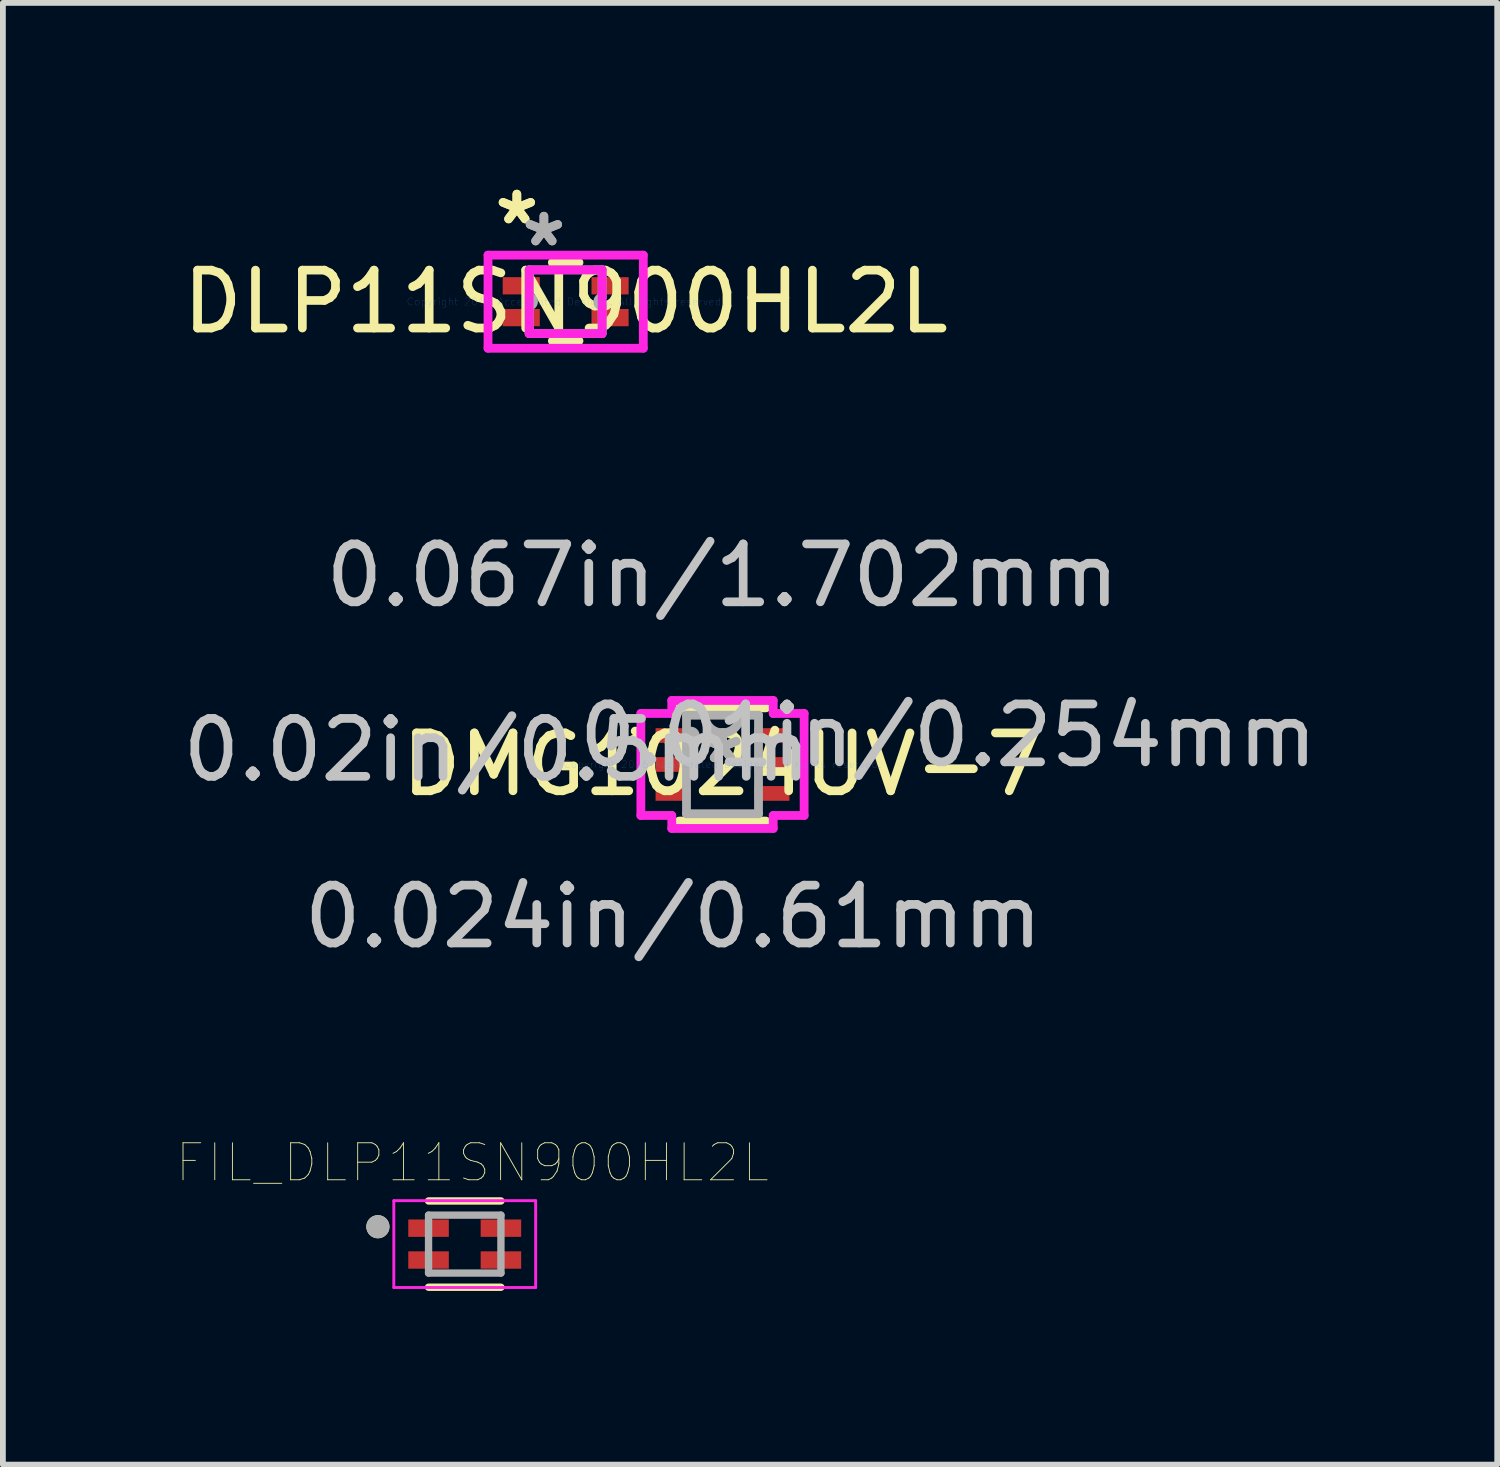
<source format=kicad_pcb>
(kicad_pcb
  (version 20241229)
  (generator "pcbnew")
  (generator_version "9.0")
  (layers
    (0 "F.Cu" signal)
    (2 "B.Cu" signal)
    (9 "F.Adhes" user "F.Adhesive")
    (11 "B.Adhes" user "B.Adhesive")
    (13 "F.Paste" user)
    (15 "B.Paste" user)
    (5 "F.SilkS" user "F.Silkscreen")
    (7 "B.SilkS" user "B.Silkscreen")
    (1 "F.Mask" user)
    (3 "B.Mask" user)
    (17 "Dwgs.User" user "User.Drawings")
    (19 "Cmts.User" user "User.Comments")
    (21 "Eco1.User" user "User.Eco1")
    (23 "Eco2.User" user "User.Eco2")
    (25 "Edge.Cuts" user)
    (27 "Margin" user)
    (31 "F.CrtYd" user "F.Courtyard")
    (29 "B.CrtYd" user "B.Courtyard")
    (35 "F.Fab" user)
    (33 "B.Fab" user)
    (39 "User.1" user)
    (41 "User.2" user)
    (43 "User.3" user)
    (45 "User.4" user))
  (footprint "FIL_DLP11SN900HL2L"
    (layer "F.Cu")
    (at 4.977 18.438)
    (property "Reference" "FIL_DLP11SN900HL2L" (at 0.132 -1.406 0) (layer "F.SilkS") (effects (font (size 0.64 0.64) (thickness 0.015))))
    (attr through_hole)
    (fp_line (start -0.625 0.745) (end 0.625 0.745) (stroke (width 0.127) (type solid)) (layer "F.SilkS"))
    (fp_line (start 0.625 -0.745) (end -0.625 -0.745) (stroke (width 0.127) (type solid)) (layer "F.SilkS"))
    (fp_circle (center -1.5 -0.3) (end -1.4 -0.3) (stroke (width 0.2) (type solid)) (fill no) (layer "F.SilkS"))
    (fp_line (start -1.225 -0.75) (end -1.225 0.75) (stroke (width 0.05) (type solid)) (layer "F.CrtYd"))
    (fp_line (start -1.225 0.75) (end 1.225 0.75) (stroke (width 0.05) (type solid)) (layer "F.CrtYd"))
    (fp_line (start 1.225 -0.75) (end -1.225 -0.75) (stroke (width 0.05) (type solid)) (layer "F.CrtYd"))
    (fp_line (start 1.225 0.75) (end 1.225 -0.75) (stroke (width 0.05) (type solid)) (layer "F.CrtYd"))
    (fp_line (start -0.625 -0.5) (end -0.625 0.5) (stroke (width 0.127) (type solid)) (layer "F.Fab"))
    (fp_line (start -0.625 0.5) (end 0.625 0.5) (stroke (width 0.127) (type solid)) (layer "F.Fab"))
    (fp_line (start 0.625 -0.5) (end -0.625 -0.5) (stroke (width 0.127) (type solid)) (layer "F.Fab"))
    (fp_line (start 0.625 0.5) (end 0.625 -0.5) (stroke (width 0.127) (type solid)) (layer "F.Fab"))
    (fp_circle (center -1.5 -0.3) (end -1.4 -0.3) (stroke (width 0.2) (type solid)) (fill no) (layer "F.Fab"))
    (pad "1" smd rect (at -0.625 -0.275) (size 0.7 0.3) (layers "F.Cu" "F.Mask" "F.Paste"))
    (pad "2" smd rect (at 0.625 -0.275) (size 0.7 0.3) (layers "F.Cu" "F.Mask" "F.Paste"))
    (pad "3" smd rect (at 0.625 0.275) (size 0.7 0.3) (layers "F.Cu" "F.Mask" "F.Paste"))
    (pad "4" smd rect (at -0.625 0.275) (size 0.7 0.3) (layers "F.Cu" "F.Mask" "F.Paste")))
  (footprint "DLP11SN900HL2L"
    (layer "F.Cu")
    (at 6.72 2.161)
    (property "Reference" "DLP11SN900HL2L" (at 0 0 0) (layer "F.SilkS") (effects (font (size 1 1) (thickness 0.15))))
    (attr through_hole)
    (fp_line (start -0.23 0.677) (end 0.23 0.677) (stroke (width 0.152) (type solid)) (layer "F.SilkS"))
    (fp_line (start 0.23 -0.677) (end -0.23 -0.677) (stroke (width 0.152) (type solid)) (layer "F.SilkS"))
    (fp_line (start -1.341 -0.804) (end 1.341 -0.804) (stroke (width 0.152) (type solid)) (layer "F.CrtYd"))
    (fp_line (start -1.341 0.804) (end -1.341 -0.804) (stroke (width 0.152) (type solid)) (layer "F.CrtYd"))
    (fp_line (start -0.63 -0.55) (end 0.63 -0.55) (stroke (width 0.152) (type solid)) (layer "F.CrtYd"))
    (fp_line (start -0.63 0.55) (end -0.63 -0.55) (stroke (width 0.152) (type solid)) (layer "F.CrtYd"))
    (fp_line (start 0.63 -0.55) (end 0.63 0.55) (stroke (width 0.152) (type solid)) (layer "F.CrtYd"))
    (fp_line (start 0.63 0.55) (end -0.63 0.55) (stroke (width 0.152) (type solid)) (layer "F.CrtYd"))
    (fp_line (start 1.341 -0.804) (end 1.341 0.804) (stroke (width 0.152) (type solid)) (layer "F.CrtYd"))
    (fp_line (start 1.341 0.804) (end -1.341 0.804) (stroke (width 0.152) (type solid)) (layer "F.CrtYd"))
    (fp_line (start -0.63 -0.475) (end -0.63 -0.075) (stroke (width 0.152) (type solid)) (layer "F.Fab"))
    (fp_line (start -0.63 0.075) (end -0.63 0.475) (stroke (width 0.152) (type solid)) (layer "F.Fab"))
    (fp_line (start -0.63 -0.55) (end -0.63 -0.475) (stroke (width 0.152) (type solid)) (layer "F.Fab"))
    (fp_line (start -0.63 0.475) (end -0.63 0.55) (stroke (width 0.152) (type solid)) (layer "F.Fab"))
    (fp_line (start -0.63 0.55) (end 0.63 0.55) (stroke (width 0.152) (type solid)) (layer "F.Fab"))
    (fp_line (start 0.63 -0.55) (end -0.63 -0.55) (stroke (width 0.152) (type solid)) (layer "F.Fab"))
    (fp_line (start 0.63 -0.55) (end 0.63 -0.475) (stroke (width 0.152) (type solid)) (layer "F.Fab"))
    (fp_line (start 0.63 0.475) (end 0.63 0.55) (stroke (width 0.152) (type solid)) (layer "F.Fab"))
    (fp_line (start 0.63 -0.475) (end 0.63 -0.075) (stroke (width 0.152) (type solid)) (layer "F.Fab"))
    (fp_line (start 0.63 0.075) (end 0.63 0.475) (stroke (width 0.152) (type solid)) (layer "F.Fab"))
    (fp_arc (start -0.630001 -0.075001) (mid -0.555 0) (end -0.630001 0.075001) (stroke (width 0.1524) (type solid)) (layer "F.Fab"))
    (fp_arc (start 0.630001 0.075001) (mid 0.555 0) (end 0.630001 -0.075001) (stroke (width 0.1524) (type solid)) (layer "F.Fab"))
    (fp_text user "*" (at -0.843 -1.313 0) (layer "F.SilkS") (effects (font (size 1 1) (thickness 0.15))))
    (fp_text user "*" (at -0.843 -1.313 0) (layer "F.SilkS") (effects (font (size 1 1) (thickness 0.15))))
    (fp_text user "Copyright 2016 Accelerated Designs. All rights reserved." (at 0 0 0) (layer "Cmts.User") (effects (font (size 0.127 0.127) (thickness 0.002))))
    (fp_text user "*" (at -0.376 -0.932 0) (layer "F.Fab") (effects (font (size 1 1) (thickness 0.15))))
    (fp_text user "*" (at -0.376 -0.932 0) (layer "F.Fab") (effects (font (size 1 1) (thickness 0.15))))
    (pad "1" smd rect (at -0.767 -0.275) (size 0.641 0.298) (layers "F.Cu" "F.Mask" "F.Paste"))
    (pad "2" smd rect (at 0.767 -0.275) (size 0.641 0.298) (layers "F.Cu" "F.Mask" "F.Paste"))
    (pad "3" smd rect (at 0.767 0.275) (size 0.641 0.298) (layers "F.Cu" "F.Mask" "F.Paste"))
    (pad "4" smd rect (at -0.767 0.275) (size 0.641 0.298) (layers "F.Cu" "F.Mask" "F.Paste")))
  (footprint "DMG1024UV-7"
    (layer "F.Cu")
    (at 9.429 10.154)
    (property "Reference" "DMG1024UV-7" (at 0 0 0) (layer "F.SilkS") (effects (font (size 1 1) (thickness 0.15))))
    (attr through_hole)
    (fp_line (start -0.749 0.978) (end 0.749 0.978) (stroke (width 0.152) (type solid)) (layer "F.SilkS"))
    (fp_line (start 0.749 -0.978) (end -0.749 -0.978) (stroke (width 0.152) (type solid)) (layer "F.SilkS"))
    (fp_arc (start -1.5073 -0.5762) (mid -1.433471 -0.48114) (end -1.543846 -0.433136) (stroke (width 0.1524) (type solid)) (layer "F.SilkS"))
    (fp_line (start -1.41 -0.881) (end -0.876 -0.881) (stroke (width 0.152) (type solid)) (layer "F.CrtYd"))
    (fp_line (start -1.41 0.881) (end -1.41 -0.881) (stroke (width 0.152) (type solid)) (layer "F.CrtYd"))
    (fp_line (start -0.876 -1.105) (end 0.876 -1.105) (stroke (width 0.152) (type solid)) (layer "F.CrtYd"))
    (fp_line (start -0.876 -0.881) (end -0.876 -1.105) (stroke (width 0.152) (type solid)) (layer "F.CrtYd"))
    (fp_line (start -0.876 0.881) (end -1.41 0.881) (stroke (width 0.152) (type solid)) (layer "F.CrtYd"))
    (fp_line (start -0.876 1.105) (end -0.876 0.881) (stroke (width 0.152) (type solid)) (layer "F.CrtYd"))
    (fp_line (start 0.876 -1.105) (end 0.876 -0.881) (stroke (width 0.152) (type solid)) (layer "F.CrtYd"))
    (fp_line (start 0.876 -0.881) (end 1.41 -0.881) (stroke (width 0.152) (type solid)) (layer "F.CrtYd"))
    (fp_line (start 0.876 0.881) (end 0.876 1.105) (stroke (width 0.152) (type solid)) (layer "F.CrtYd"))
    (fp_line (start 0.876 1.105) (end -0.876 1.105) (stroke (width 0.152) (type solid)) (layer "F.CrtYd"))
    (fp_line (start 1.41 -0.881) (end 1.41 0.881) (stroke (width 0.152) (type solid)) (layer "F.CrtYd"))
    (fp_line (start 1.41 0.881) (end 0.876 0.881) (stroke (width 0.152) (type solid)) (layer "F.CrtYd"))
    (fp_line (start -0.622 -0.851) (end -0.622 0.851) (stroke (width 0.152) (type solid)) (layer "F.Fab"))
    (fp_line (start -0.622 0.851) (end 0.622 0.851) (stroke (width 0.152) (type solid)) (layer "F.Fab"))
    (fp_line (start 0.622 -0.851) (end -0.622 -0.851) (stroke (width 0.152) (type solid)) (layer "F.Fab"))
    (fp_line (start 0.622 0.851) (end 0.622 -0.851) (stroke (width 0.152) (type solid)) (layer "F.Fab"))
    (fp_arc (start 0.3048 -0.8509) (mid 0 -0.5461) (end -0.3048 -0.8509) (stroke (width 0.1524) (type solid)) (layer "F.Fab"))
    (fp_circle (center -0.546 -0.5) (end -0.546 -0.5) (stroke (width 0.152) (type solid)) (fill no) (layer "F.Fab"))
    (fp_text user "*" (at 0 0 0) (layer "F.SilkS") (effects (font (size 1 1) (thickness 0.15))))
    (fp_text user "0.02in/0.5mm" (at -3.899 -0.25 0) (layer "Dwgs.User") (effects (font (size 1 1) (thickness 0.15))))
    (fp_text user "0.024in/0.61mm" (at -0.851 2.629 0) (layer "Dwgs.User") (effects (font (size 1 1) (thickness 0.15))))
    (fp_text user "0.01in/0.254mm" (at 3.899 -0.5 0) (layer "Dwgs.User") (effects (font (size 1 1) (thickness 0.15))))
    (fp_text user "0.067in/1.702mm" (at 0 -3.264 0) (layer "Dwgs.User") (effects (font (size 1 1) (thickness 0.15))))
    (fp_text user "Copyright 2016 Accelerated Designs. All rights reserved." (at 0 0 0) (layer "Cmts.User") (effects (font (size 0.127 0.127) (thickness 0.002))))
    (fp_text user "*" (at 0 0 0) (layer "F.Fab") (effects (font (size 1 1) (thickness 0.15))))
    (pad "1" smd rect (at -0.851 -0.5) (size 0.61 0.254) (layers "F.Cu" "F.Mask" "F.Paste"))
    (pad "2" smd rect (at -0.851 0) (size 0.61 0.254) (layers "F.Cu" "F.Mask" "F.Paste"))
    (pad "3" smd rect (at -0.851 0.5) (size 0.61 0.254) (layers "F.Cu" "F.Mask" "F.Paste"))
    (pad "4" smd rect (at 0.851 0.5) (size 0.61 0.254) (layers "F.Cu" "F.Mask" "F.Paste"))
    (pad "5" smd rect (at 0.851 0) (size 0.61 0.254) (layers "F.Cu" "F.Mask" "F.Paste"))
    (pad "6" smd rect (at 0.851 -0.5) (size 0.61 0.254) (layers "F.Cu" "F.Mask" "F.Paste")))
  (gr_rect
    (start -3 -3)
    (end 22.81 22.247)
    (stroke (width 0.1) (type default))
    (fill no)
    (layer "Edge.Cuts")))
</source>
